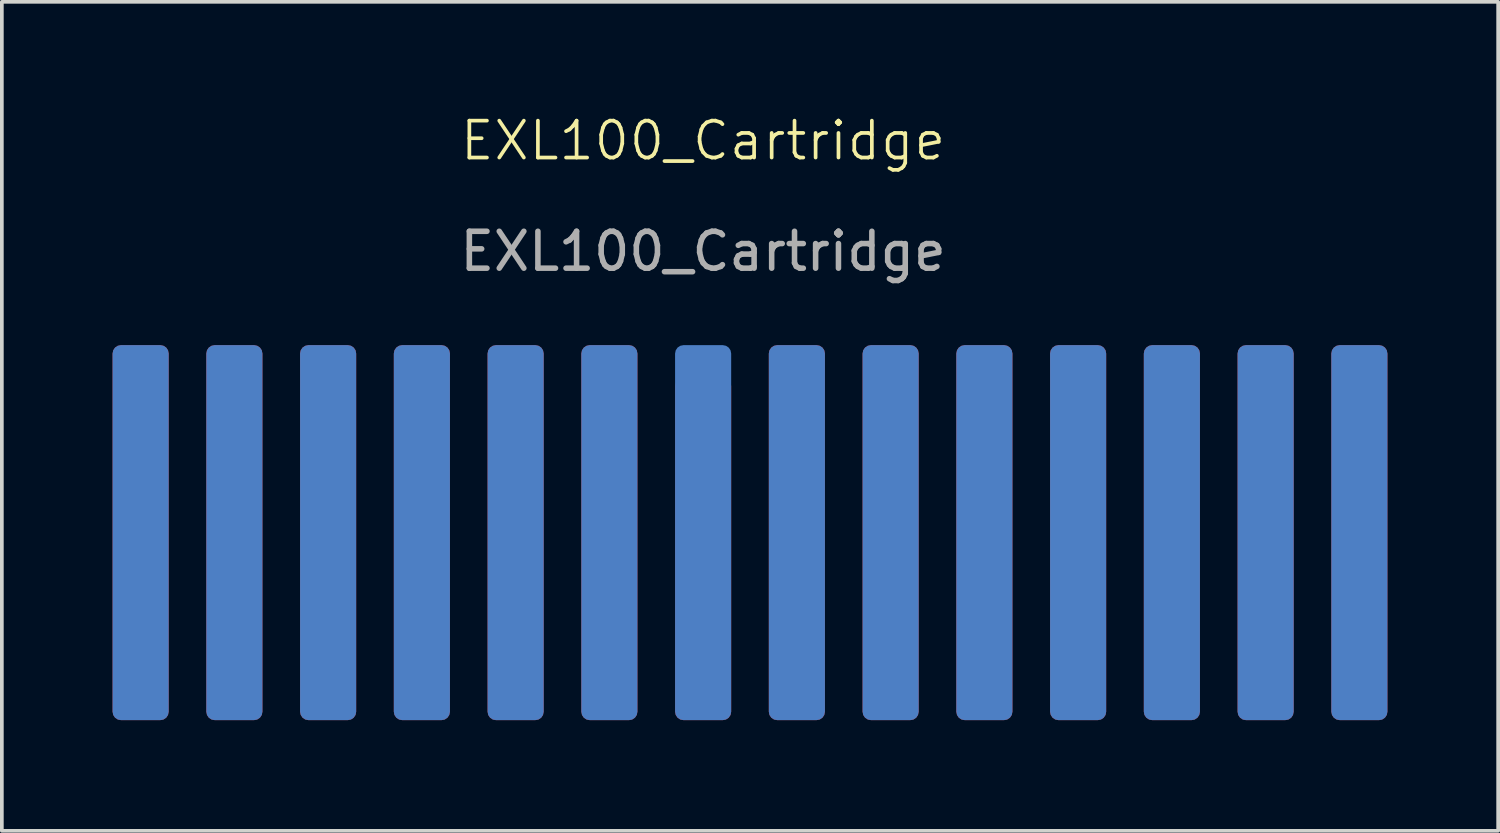
<source format=kicad_pcb>
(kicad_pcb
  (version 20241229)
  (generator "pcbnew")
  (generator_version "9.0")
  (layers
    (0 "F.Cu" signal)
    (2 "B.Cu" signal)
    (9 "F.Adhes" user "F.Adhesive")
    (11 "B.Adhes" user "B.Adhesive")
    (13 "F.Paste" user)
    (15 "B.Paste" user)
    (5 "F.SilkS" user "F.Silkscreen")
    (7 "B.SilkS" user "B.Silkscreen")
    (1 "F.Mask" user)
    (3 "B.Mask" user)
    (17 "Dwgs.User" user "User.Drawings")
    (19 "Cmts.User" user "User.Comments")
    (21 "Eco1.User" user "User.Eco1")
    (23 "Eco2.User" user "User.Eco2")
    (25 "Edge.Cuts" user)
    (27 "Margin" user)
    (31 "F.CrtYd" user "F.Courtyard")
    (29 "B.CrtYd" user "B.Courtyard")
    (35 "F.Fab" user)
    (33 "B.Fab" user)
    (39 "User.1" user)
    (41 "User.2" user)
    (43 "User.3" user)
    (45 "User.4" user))
  (footprint "EXL100_Cartridge"
    (layer "F.Cu")
    (at 18.54 8.841)
    (property "Reference" "EXL100_Cartridge" (at -2.54 -8.08 0) (unlocked yes) (layer "F.SilkS") (effects (font (size 1 1) (thickness 0.1))))
    (attr through_hole)
    (fp_text user "${REFERENCE}" (at -2.54 -5.08 0) (unlocked yes) (layer "F.Fab") (effects (font (size 1 1) (thickness 0.15))))
    (pad "a1" connect roundrect (at 15.24 2.54 270) (size 10.16 1.52) (layers "B.Cu" "B.Mask") (roundrect_rratio 0.15))
    (pad "a2" connect roundrect (at 12.7 2.54 270) (size 10.16 1.52) (layers "B.Cu" "B.Mask") (roundrect_rratio 0.15))
    (pad "a3" connect roundrect (at 10.16 2.54 270) (size 10.16 1.52) (layers "B.Cu" "B.Mask") (roundrect_rratio 0.15))
    (pad "a4" connect roundrect (at 7.62 2.54 270) (size 10.16 1.52) (layers "B.Cu" "B.Mask") (roundrect_rratio 0.15))
    (pad "a5" connect roundrect (at 5.08 2.54 270) (size 10.16 1.52) (layers "B.Cu" "B.Mask") (roundrect_rratio 0.15))
    (pad "a6" connect roundrect (at 2.54 2.54 270) (size 10.16 1.52) (layers "B.Cu" "B.Mask") (roundrect_rratio 0.15))
    (pad "a7" connect roundrect (at 0 2.54 270) (size 10.16 1.52) (layers "B.Cu" "B.Mask") (roundrect_rratio 0.15))
    (pad "a8" connect roundrect (at -2.54 2.54 270) (size 10.16 1.52) (layers "B.Cu" "B.Mask") (roundrect_rratio 0.15))
    (pad "a9" connect roundrect (at -5.08 2.54 270) (size 10.16 1.52) (layers "B.Cu" "B.Mask") (roundrect_rratio 0.15))
    (pad "a10" connect roundrect (at -7.62 2.54 270) (size 10.16 1.52) (layers "B.Cu" "B.Mask") (roundrect_rratio 0.15))
    (pad "a11" connect roundrect (at -10.16 2.54 270) (size 10.16 1.52) (layers "B.Cu" "B.Mask") (roundrect_rratio 0.15))
    (pad "a12" connect roundrect (at -12.7 2.54 270) (size 10.16 1.52) (layers "B.Cu" "B.Mask") (roundrect_rratio 0.15))
    (pad "a13" connect roundrect (at -15.24 2.54 270) (size 10.16 1.52) (layers "B.Cu" "B.Mask") (roundrect_rratio 0.15))
    (pad "a14" connect roundrect (at -17.78 2.54 270) (size 10.16 1.52) (layers "B.Cu" "B.Mask") (roundrect_rratio 0.15))
    (pad "b1" connect roundrect (at 15.24 2.54 90) (size 10.16 1.52) (layers "F.Cu" "F.Mask") (roundrect_rratio 0.15))
    (pad "b2" connect roundrect (at 12.7 2.54 90) (size 10.16 1.52) (layers "F.Cu" "F.Mask") (roundrect_rratio 0.15))
    (pad "b3" connect roundrect (at 10.16 2.54 90) (size 10.16 1.52) (layers "F.Cu" "F.Mask") (roundrect_rratio 0.15))
    (pad "b4" connect roundrect (at 7.62 2.54 90) (size 10.16 1.52) (layers "F.Cu" "F.Mask") (roundrect_rratio 0.15))
    (pad "b5" connect roundrect (at 5.08 2.54 90) (size 10.16 1.52) (layers "F.Cu" "F.Mask") (roundrect_rratio 0.15))
    (pad "b6" connect roundrect (at 2.54 2.54 90) (size 10.16 1.52) (layers "F.Cu" "F.Mask") (roundrect_rratio 0.15))
    (pad "b7" connect roundrect (at 0 2.54 90) (size 10.16 1.52) (layers "F.Cu" "F.Mask") (roundrect_rratio 0.15))
    (pad "b8" connect roundrect (at -2.54 2.98 90) (size 9.28 1.52) (layers "F.Cu" "F.Mask") (roundrect_rratio 0.15))
    (pad "b9" connect roundrect (at -5.08 2.54 90) (size 10.16 1.52) (layers "F.Cu" "F.Mask") (roundrect_rratio 0.15))
    (pad "b10" connect roundrect (at -7.62 2.54 90) (size 10.16 1.52) (layers "F.Cu" "F.Mask") (roundrect_rratio 0.15))
    (pad "b11" connect roundrect (at -10.16 2.54 90) (size 10.16 1.52) (layers "F.Cu" "F.Mask") (roundrect_rratio 0.15))
    (pad "b12" connect roundrect (at -12.7 2.54 90) (size 10.16 1.52) (layers "F.Cu" "F.Mask") (roundrect_rratio 0.15))
    (pad "b13" connect roundrect (at -15.24 2.54 90) (size 10.16 1.52) (layers "F.Cu" "F.Mask") (roundrect_rratio 0.15))
    (pad "b14" connect roundrect (at -17.78 2.54 90) (size 10.16 1.52) (layers "F.Cu" "F.Mask") (roundrect_rratio 0.15)))
  (gr_rect
    (start -3 -3)
    (end 37.54 19.46)
    (stroke (width 0.1) (type default))
    (fill no)
    (layer "Edge.Cuts")))
</source>
